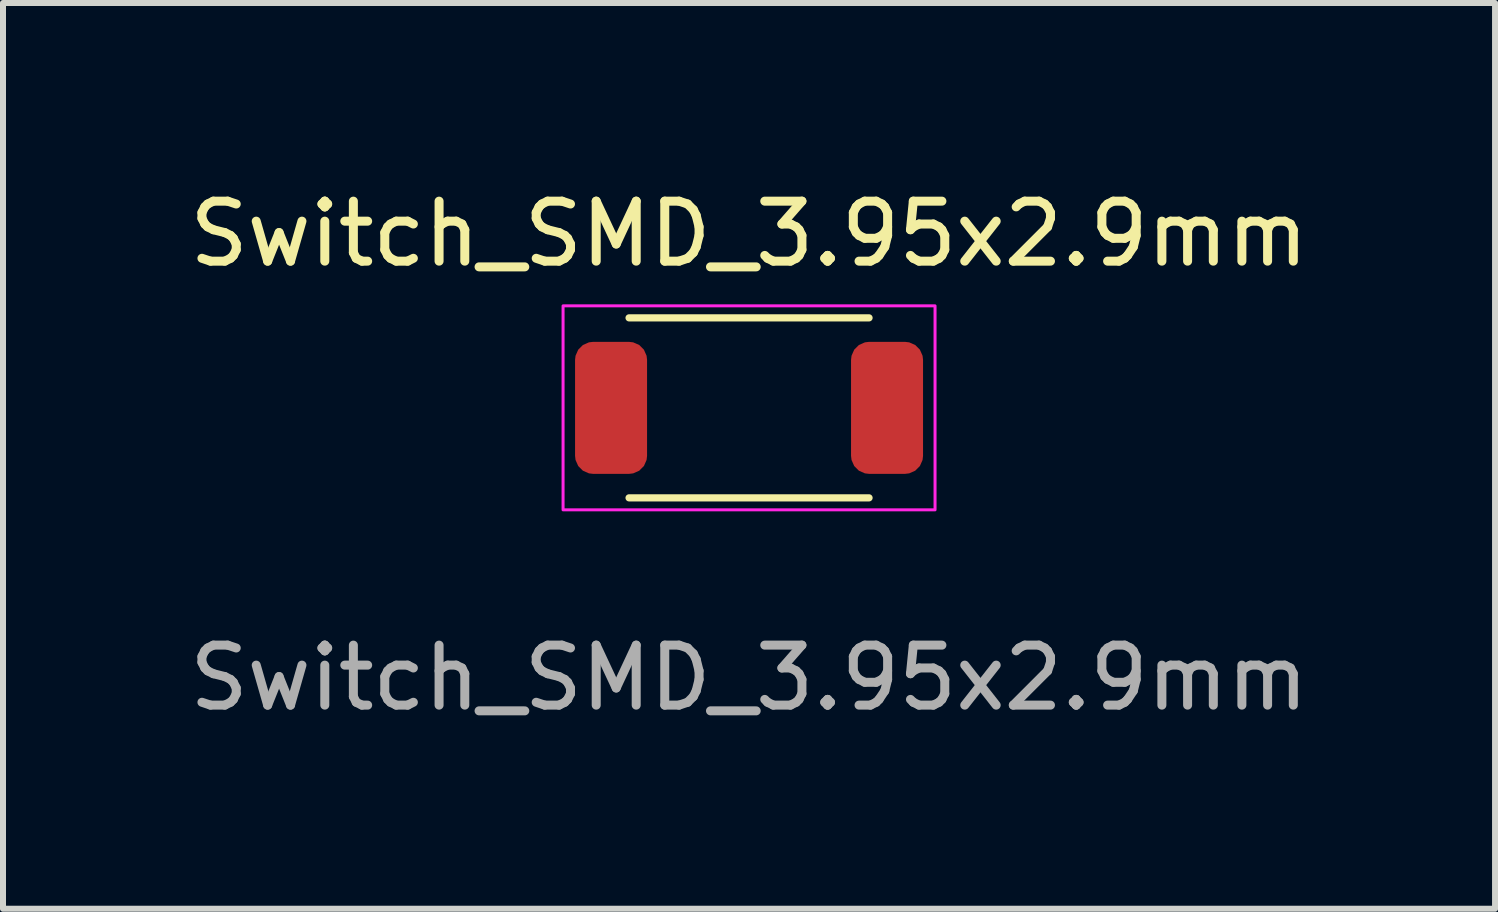
<source format=kicad_pcb>
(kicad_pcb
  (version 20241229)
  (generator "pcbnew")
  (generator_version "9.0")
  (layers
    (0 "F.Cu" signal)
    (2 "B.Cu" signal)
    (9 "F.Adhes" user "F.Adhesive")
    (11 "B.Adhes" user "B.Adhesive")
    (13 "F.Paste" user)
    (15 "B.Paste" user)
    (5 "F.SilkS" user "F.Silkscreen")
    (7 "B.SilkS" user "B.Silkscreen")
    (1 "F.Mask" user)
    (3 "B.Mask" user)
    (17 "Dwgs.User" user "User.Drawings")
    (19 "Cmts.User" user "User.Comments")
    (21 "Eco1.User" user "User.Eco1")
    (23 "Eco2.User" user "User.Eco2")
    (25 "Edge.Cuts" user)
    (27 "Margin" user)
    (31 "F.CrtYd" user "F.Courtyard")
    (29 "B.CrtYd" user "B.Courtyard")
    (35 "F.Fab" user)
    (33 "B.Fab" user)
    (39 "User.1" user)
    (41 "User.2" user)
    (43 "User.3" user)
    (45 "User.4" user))
  (footprint "Switch_SMD_3.95x2.9mm"
    (layer "F.Cu")
    (at 9.435 3.748)
    (property "Reference" "Switch_SMD_3.95x2.9mm" (at 0 -2.9 0) (unlocked yes) (layer "F.SilkS") (effects (font (size 1 1) (thickness 0.15))))
    (attr smd)
    (fp_line (start -2 -1.5) (end 2 -1.5) (stroke (width 0.12) (type solid)) (layer "F.SilkS"))
    (fp_line (start -2 1.5) (end 2 1.5) (stroke (width 0.12) (type solid)) (layer "F.SilkS"))
    (fp_rect (start -3.1 -1.7) (end 3.1 1.7) (stroke (width 0.05) (type solid)) (fill no) (layer "F.CrtYd"))
    (fp_text user "${REFERENCE}" (at 0 4.5 0) (unlocked yes) (layer "F.Fab") (effects (font (size 1 1) (thickness 0.15))))
    (pad "1" smd roundrect (at -2.3 0) (size 1.2 2.2) (layers "F.Cu" "F.Mask" "F.Paste") (roundrect_rratio 0.25))
    (pad "2" smd roundrect (at 2.3 0) (size 1.2 2.2) (layers "F.Cu" "F.Mask" "F.Paste") (roundrect_rratio 0.25)))
  (gr_rect
    (start -3 -3)
    (end 21.869 12.097)
    (stroke (width 0.1) (type default))
    (fill no)
    (layer "Edge.Cuts")))
</source>
